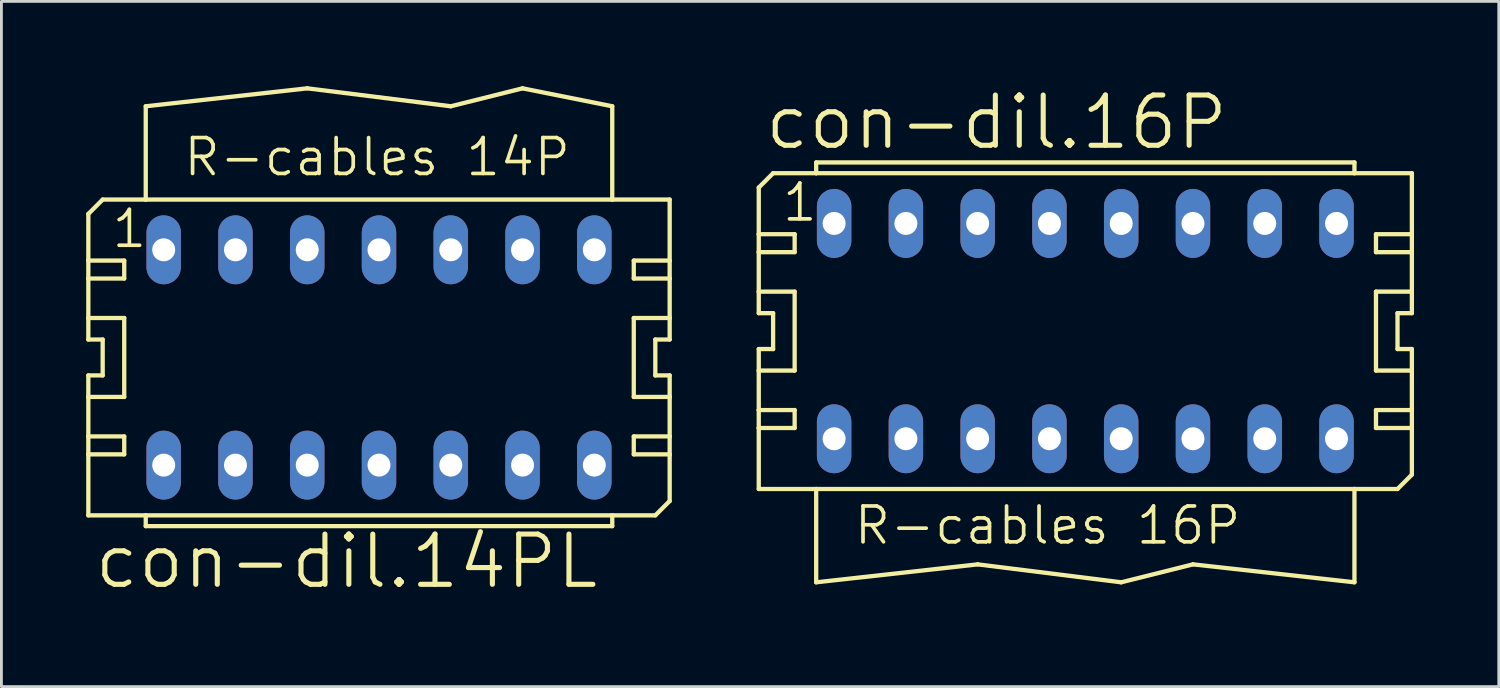
<source format=kicad_pcb>
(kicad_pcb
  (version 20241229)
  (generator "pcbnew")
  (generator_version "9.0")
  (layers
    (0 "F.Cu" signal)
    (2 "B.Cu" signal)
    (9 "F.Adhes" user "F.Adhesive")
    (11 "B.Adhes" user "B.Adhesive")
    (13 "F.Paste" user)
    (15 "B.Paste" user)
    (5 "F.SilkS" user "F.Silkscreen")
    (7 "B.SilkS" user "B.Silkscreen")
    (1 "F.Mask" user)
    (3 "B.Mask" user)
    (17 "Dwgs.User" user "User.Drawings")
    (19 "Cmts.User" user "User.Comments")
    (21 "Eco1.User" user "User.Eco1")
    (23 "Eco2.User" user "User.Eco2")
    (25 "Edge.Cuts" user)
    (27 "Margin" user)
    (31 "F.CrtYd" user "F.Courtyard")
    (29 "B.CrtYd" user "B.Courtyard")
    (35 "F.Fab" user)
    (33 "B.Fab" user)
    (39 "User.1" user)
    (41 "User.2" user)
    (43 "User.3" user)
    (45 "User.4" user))
  (footprint "con-dil.14PL"
    (layer "F.Cu")
    (at 10.363 9.601)
    (property "Reference" "con-dil.14PL" (at -10.16 8.255 0) (layer "F.SilkS") (effects (font (size 1.778 1.778) (thickness 0.18)) (justify left bottom)))
    (attr through_hole)
    (fp_line (start -10.287 -5.08) (end -10.287 -3.429) (stroke (width 0.152) (type default)) (layer "F.SilkS"))
    (fp_line (start -10.287 -3.429) (end -9.017 -3.429) (stroke (width 0.152) (type default)) (layer "F.SilkS"))
    (fp_line (start -10.287 -2.794) (end -10.287 -3.429) (stroke (width 0.152) (type default)) (layer "F.SilkS"))
    (fp_line (start -10.287 -2.794) (end -10.287 -1.397) (stroke (width 0.152) (type default)) (layer "F.SilkS"))
    (fp_line (start -10.287 -2.794) (end -9.017 -2.794) (stroke (width 0.152) (type default)) (layer "F.SilkS"))
    (fp_line (start -10.287 -1.397) (end -10.287 -0.635) (stroke (width 0.152) (type default)) (layer "F.SilkS"))
    (fp_line (start -10.287 -1.397) (end -9.017 -1.397) (stroke (width 0.152) (type default)) (layer "F.SilkS"))
    (fp_line (start -10.287 -0.635) (end -9.779 -0.635) (stroke (width 0.152) (type default)) (layer "F.SilkS"))
    (fp_line (start -10.287 0.635) (end -10.287 1.397) (stroke (width 0.152) (type default)) (layer "F.SilkS"))
    (fp_line (start -10.287 1.397) (end -10.287 2.794) (stroke (width 0.152) (type default)) (layer "F.SilkS"))
    (fp_line (start -10.287 2.794) (end -10.287 3.429) (stroke (width 0.152) (type default)) (layer "F.SilkS"))
    (fp_line (start -10.287 2.794) (end -9.017 2.794) (stroke (width 0.152) (type default)) (layer "F.SilkS"))
    (fp_line (start -10.287 3.429) (end -10.287 5.588) (stroke (width 0.152) (type default)) (layer "F.SilkS"))
    (fp_line (start -9.779 -5.588) (end -10.287 -5.08) (stroke (width 0.152) (type default)) (layer "F.SilkS"))
    (fp_line (start -9.779 -5.588) (end -8.255 -5.588) (stroke (width 0.152) (type default)) (layer "F.SilkS"))
    (fp_line (start -9.779 0.635) (end -10.287 0.635) (stroke (width 0.152) (type default)) (layer "F.SilkS"))
    (fp_line (start -9.779 0.635) (end -9.779 -0.635) (stroke (width 0.152) (type default)) (layer "F.SilkS"))
    (fp_line (start -9.017 -2.794) (end -9.017 -3.429) (stroke (width 0.152) (type default)) (layer "F.SilkS"))
    (fp_line (start -9.017 1.397) (end -10.287 1.397) (stroke (width 0.152) (type default)) (layer "F.SilkS"))
    (fp_line (start -9.017 1.397) (end -9.017 -1.397) (stroke (width 0.152) (type default)) (layer "F.SilkS"))
    (fp_line (start -9.017 3.429) (end -10.287 3.429) (stroke (width 0.152) (type default)) (layer "F.SilkS"))
    (fp_line (start -9.017 3.429) (end -9.017 2.794) (stroke (width 0.152) (type default)) (layer "F.SilkS"))
    (fp_line (start -8.255 -8.89) (end -8.255 -5.588) (stroke (width 0.152) (type default)) (layer "F.SilkS"))
    (fp_line (start -8.255 -8.89) (end -2.54 -9.525) (stroke (width 0.152) (type default)) (layer "F.SilkS"))
    (fp_line (start -8.255 -5.588) (end 8.255 -5.588) (stroke (width 0.152) (type default)) (layer "F.SilkS"))
    (fp_line (start -8.255 5.588) (end -10.287 5.588) (stroke (width 0.152) (type default)) (layer "F.SilkS"))
    (fp_line (start -8.255 5.969) (end -8.255 5.588) (stroke (width 0.152) (type default)) (layer "F.SilkS"))
    (fp_line (start -8.255 5.969) (end 8.255 5.969) (stroke (width 0.152) (type default)) (layer "F.SilkS"))
    (fp_line (start -2.54 -9.525) (end 2.54 -8.89) (stroke (width 0.152) (type default)) (layer "F.SilkS"))
    (fp_line (start 2.54 -8.89) (end 5.08 -9.525) (stroke (width 0.152) (type default)) (layer "F.SilkS"))
    (fp_line (start 5.08 -9.525) (end 8.255 -8.89) (stroke (width 0.152) (type default)) (layer "F.SilkS"))
    (fp_line (start 8.255 -5.588) (end 8.255 -8.89) (stroke (width 0.152) (type default)) (layer "F.SilkS"))
    (fp_line (start 8.255 -5.588) (end 10.287 -5.588) (stroke (width 0.152) (type default)) (layer "F.SilkS"))
    (fp_line (start 8.255 5.588) (end -8.255 5.588) (stroke (width 0.152) (type default)) (layer "F.SilkS"))
    (fp_line (start 8.255 5.588) (end 8.255 5.969) (stroke (width 0.152) (type default)) (layer "F.SilkS"))
    (fp_line (start 9.017 -3.429) (end 9.017 -2.794) (stroke (width 0.152) (type default)) (layer "F.SilkS"))
    (fp_line (start 9.017 -3.429) (end 10.287 -3.429) (stroke (width 0.152) (type default)) (layer "F.SilkS"))
    (fp_line (start 9.017 -1.397) (end 9.017 1.397) (stroke (width 0.152) (type default)) (layer "F.SilkS"))
    (fp_line (start 9.017 -1.397) (end 10.287 -1.397) (stroke (width 0.152) (type default)) (layer "F.SilkS"))
    (fp_line (start 9.017 2.794) (end 9.017 3.429) (stroke (width 0.152) (type default)) (layer "F.SilkS"))
    (fp_line (start 9.017 2.794) (end 10.287 2.794) (stroke (width 0.152) (type default)) (layer "F.SilkS"))
    (fp_line (start 9.779 -0.635) (end 9.779 0.635) (stroke (width 0.152) (type default)) (layer "F.SilkS"))
    (fp_line (start 9.779 -0.635) (end 10.287 -0.635) (stroke (width 0.152) (type default)) (layer "F.SilkS"))
    (fp_line (start 9.779 5.588) (end 8.255 5.588) (stroke (width 0.152) (type default)) (layer "F.SilkS"))
    (fp_line (start 10.287 -5.588) (end 10.287 -3.429) (stroke (width 0.152) (type default)) (layer "F.SilkS"))
    (fp_line (start 10.287 -3.429) (end 10.287 -2.794) (stroke (width 0.152) (type default)) (layer "F.SilkS"))
    (fp_line (start 10.287 -2.794) (end 9.017 -2.794) (stroke (width 0.152) (type default)) (layer "F.SilkS"))
    (fp_line (start 10.287 -2.794) (end 10.287 -1.397) (stroke (width 0.152) (type default)) (layer "F.SilkS"))
    (fp_line (start 10.287 -1.397) (end 10.287 -0.635) (stroke (width 0.152) (type default)) (layer "F.SilkS"))
    (fp_line (start 10.287 0.635) (end 9.779 0.635) (stroke (width 0.152) (type default)) (layer "F.SilkS"))
    (fp_line (start 10.287 0.635) (end 10.287 1.397) (stroke (width 0.152) (type default)) (layer "F.SilkS"))
    (fp_line (start 10.287 1.397) (end 9.017 1.397) (stroke (width 0.152) (type default)) (layer "F.SilkS"))
    (fp_line (start 10.287 1.397) (end 10.287 2.794) (stroke (width 0.152) (type default)) (layer "F.SilkS"))
    (fp_line (start 10.287 2.794) (end 10.287 3.429) (stroke (width 0.152) (type default)) (layer "F.SilkS"))
    (fp_line (start 10.287 3.429) (end 9.017 3.429) (stroke (width 0.152) (type default)) (layer "F.SilkS"))
    (fp_line (start 10.287 3.429) (end 10.287 5.08) (stroke (width 0.152) (type default)) (layer "F.SilkS"))
    (fp_line (start 10.287 5.08) (end 9.779 5.588) (stroke (width 0.152) (type default)) (layer "F.SilkS"))
    (fp_text user "R-cables 14P" (at -6.985 -6.35 0) (layer "F.SilkS") (effects (font (size 1.27 1.27) (thickness 0.13)) (justify left bottom)))
    (fp_text user "1" (at -9.525 -3.81 0) (layer "F.SilkS") (effects (font (size 1.27 1.27) (thickness 0.13)) (justify left bottom)))
    (pad "1" thru_hole oval (at -7.62 -3.81 90) (size 2.438 1.219) (drill 0.813) (layers "*.Cu" "*.Mask"))
    (pad "2" thru_hole oval (at -7.62 3.81 90) (size 2.438 1.219) (drill 0.813) (layers "*.Cu" "*.Mask"))
    (pad "3" thru_hole oval (at -5.08 -3.81 90) (size 2.438 1.219) (drill 0.813) (layers "*.Cu" "*.Mask"))
    (pad "4" thru_hole oval (at -5.08 3.81 90) (size 2.438 1.219) (drill 0.813) (layers "*.Cu" "*.Mask"))
    (pad "5" thru_hole oval (at -2.54 -3.81 90) (size 2.438 1.219) (drill 0.813) (layers "*.Cu" "*.Mask"))
    (pad "6" thru_hole oval (at -2.54 3.81 90) (size 2.438 1.219) (drill 0.813) (layers "*.Cu" "*.Mask"))
    (pad "7" thru_hole oval (at 0 -3.81 90) (size 2.438 1.219) (drill 0.813) (layers "*.Cu" "*.Mask"))
    (pad "8" thru_hole oval (at 0 3.81 90) (size 2.438 1.219) (drill 0.813) (layers "*.Cu" "*.Mask"))
    (pad "9" thru_hole oval (at 2.54 -3.81 90) (size 2.438 1.219) (drill 0.813) (layers "*.Cu" "*.Mask"))
    (pad "10" thru_hole oval (at 2.54 3.81 90) (size 2.438 1.219) (drill 0.813) (layers "*.Cu" "*.Mask"))
    (pad "11" thru_hole oval (at 5.08 -3.81 90) (size 2.438 1.219) (drill 0.813) (layers "*.Cu" "*.Mask"))
    (pad "12" thru_hole oval (at 5.08 3.81 90) (size 2.438 1.219) (drill 0.813) (layers "*.Cu" "*.Mask"))
    (pad "13" thru_hole oval (at 7.62 -3.81 90) (size 2.438 1.219) (drill 0.813) (layers "*.Cu" "*.Mask"))
    (pad "14" thru_hole oval (at 7.62 3.81 90) (size 2.438 1.219) (drill 0.813) (layers "*.Cu" "*.Mask")))
  (footprint "con-dil.16P"
    (layer "F.Cu")
    (at 35.36 8.668)
    (property "Reference" "con-dil.16P" (at -11.43 -6.35 0) (layer "F.SilkS") (effects (font (size 1.778 1.778) (thickness 0.18)) (justify left bottom)))
    (attr through_hole)
    (fp_line (start -11.557 -5.08) (end -11.557 -3.429) (stroke (width 0.152) (type default)) (layer "F.SilkS"))
    (fp_line (start -11.557 -3.429) (end -10.287 -3.429) (stroke (width 0.152) (type default)) (layer "F.SilkS"))
    (fp_line (start -11.557 -2.794) (end -11.557 -3.429) (stroke (width 0.152) (type default)) (layer "F.SilkS"))
    (fp_line (start -11.557 -2.794) (end -11.557 -1.397) (stroke (width 0.152) (type default)) (layer "F.SilkS"))
    (fp_line (start -11.557 -2.794) (end -10.287 -2.794) (stroke (width 0.152) (type default)) (layer "F.SilkS"))
    (fp_line (start -11.557 -1.397) (end -11.557 -0.635) (stroke (width 0.152) (type default)) (layer "F.SilkS"))
    (fp_line (start -11.557 -1.397) (end -10.287 -1.397) (stroke (width 0.152) (type default)) (layer "F.SilkS"))
    (fp_line (start -11.557 -0.635) (end -11.049 -0.635) (stroke (width 0.152) (type default)) (layer "F.SilkS"))
    (fp_line (start -11.557 0.635) (end -11.557 1.397) (stroke (width 0.152) (type default)) (layer "F.SilkS"))
    (fp_line (start -11.557 1.397) (end -11.557 2.794) (stroke (width 0.152) (type default)) (layer "F.SilkS"))
    (fp_line (start -11.557 2.794) (end -11.557 3.429) (stroke (width 0.152) (type default)) (layer "F.SilkS"))
    (fp_line (start -11.557 2.794) (end -10.287 2.794) (stroke (width 0.152) (type default)) (layer "F.SilkS"))
    (fp_line (start -11.557 3.429) (end -11.557 5.588) (stroke (width 0.152) (type default)) (layer "F.SilkS"))
    (fp_line (start -11.049 -5.588) (end -11.557 -5.08) (stroke (width 0.152) (type default)) (layer "F.SilkS"))
    (fp_line (start -11.049 -5.588) (end -9.525 -5.588) (stroke (width 0.152) (type default)) (layer "F.SilkS"))
    (fp_line (start -11.049 0.635) (end -11.557 0.635) (stroke (width 0.152) (type default)) (layer "F.SilkS"))
    (fp_line (start -11.049 0.635) (end -11.049 -0.635) (stroke (width 0.152) (type default)) (layer "F.SilkS"))
    (fp_line (start -10.287 -2.794) (end -10.287 -3.429) (stroke (width 0.152) (type default)) (layer "F.SilkS"))
    (fp_line (start -10.287 1.397) (end -11.557 1.397) (stroke (width 0.152) (type default)) (layer "F.SilkS"))
    (fp_line (start -10.287 1.397) (end -10.287 -1.397) (stroke (width 0.152) (type default)) (layer "F.SilkS"))
    (fp_line (start -10.287 3.429) (end -11.557 3.429) (stroke (width 0.152) (type default)) (layer "F.SilkS"))
    (fp_line (start -10.287 3.429) (end -10.287 2.794) (stroke (width 0.152) (type default)) (layer "F.SilkS"))
    (fp_line (start -9.525 -5.969) (end 9.525 -5.969) (stroke (width 0.152) (type default)) (layer "F.SilkS"))
    (fp_line (start -9.525 -5.588) (end -9.525 -5.969) (stroke (width 0.152) (type default)) (layer "F.SilkS"))
    (fp_line (start -9.525 -5.588) (end 9.525 -5.588) (stroke (width 0.152) (type default)) (layer "F.SilkS"))
    (fp_line (start -9.525 5.588) (end -11.557 5.588) (stroke (width 0.152) (type default)) (layer "F.SilkS"))
    (fp_line (start -9.525 5.588) (end -9.525 8.89) (stroke (width 0.152) (type default)) (layer "F.SilkS"))
    (fp_line (start -9.525 8.89) (end -3.81 8.255) (stroke (width 0.152) (type default)) (layer "F.SilkS"))
    (fp_line (start -3.81 8.255) (end 1.27 8.89) (stroke (width 0.152) (type default)) (layer "F.SilkS"))
    (fp_line (start 1.27 8.89) (end 3.81 8.255) (stroke (width 0.152) (type default)) (layer "F.SilkS"))
    (fp_line (start 3.81 8.255) (end 9.525 8.89) (stroke (width 0.152) (type default)) (layer "F.SilkS"))
    (fp_line (start 9.525 -5.969) (end 9.525 -5.588) (stroke (width 0.152) (type default)) (layer "F.SilkS"))
    (fp_line (start 9.525 -5.588) (end 11.557 -5.588) (stroke (width 0.152) (type default)) (layer "F.SilkS"))
    (fp_line (start 9.525 5.588) (end -9.525 5.588) (stroke (width 0.152) (type default)) (layer "F.SilkS"))
    (fp_line (start 9.525 8.89) (end 9.525 5.588) (stroke (width 0.152) (type default)) (layer "F.SilkS"))
    (fp_line (start 10.287 -3.429) (end 10.287 -2.794) (stroke (width 0.152) (type default)) (layer "F.SilkS"))
    (fp_line (start 10.287 -3.429) (end 11.557 -3.429) (stroke (width 0.152) (type default)) (layer "F.SilkS"))
    (fp_line (start 10.287 -1.397) (end 10.287 1.397) (stroke (width 0.152) (type default)) (layer "F.SilkS"))
    (fp_line (start 10.287 -1.397) (end 11.557 -1.397) (stroke (width 0.152) (type default)) (layer "F.SilkS"))
    (fp_line (start 10.287 2.794) (end 10.287 3.429) (stroke (width 0.152) (type default)) (layer "F.SilkS"))
    (fp_line (start 10.287 2.794) (end 11.557 2.794) (stroke (width 0.152) (type default)) (layer "F.SilkS"))
    (fp_line (start 11.049 -0.635) (end 11.049 0.635) (stroke (width 0.152) (type default)) (layer "F.SilkS"))
    (fp_line (start 11.049 -0.635) (end 11.557 -0.635) (stroke (width 0.152) (type default)) (layer "F.SilkS"))
    (fp_line (start 11.049 5.588) (end 9.525 5.588) (stroke (width 0.152) (type default)) (layer "F.SilkS"))
    (fp_line (start 11.557 -5.588) (end 11.557 -3.429) (stroke (width 0.152) (type default)) (layer "F.SilkS"))
    (fp_line (start 11.557 -3.429) (end 11.557 -2.794) (stroke (width 0.152) (type default)) (layer "F.SilkS"))
    (fp_line (start 11.557 -2.794) (end 10.287 -2.794) (stroke (width 0.152) (type default)) (layer "F.SilkS"))
    (fp_line (start 11.557 -2.794) (end 11.557 -1.397) (stroke (width 0.152) (type default)) (layer "F.SilkS"))
    (fp_line (start 11.557 -1.397) (end 11.557 -0.635) (stroke (width 0.152) (type default)) (layer "F.SilkS"))
    (fp_line (start 11.557 0.635) (end 11.049 0.635) (stroke (width 0.152) (type default)) (layer "F.SilkS"))
    (fp_line (start 11.557 0.635) (end 11.557 1.397) (stroke (width 0.152) (type default)) (layer "F.SilkS"))
    (fp_line (start 11.557 1.397) (end 10.287 1.397) (stroke (width 0.152) (type default)) (layer "F.SilkS"))
    (fp_line (start 11.557 1.397) (end 11.557 2.794) (stroke (width 0.152) (type default)) (layer "F.SilkS"))
    (fp_line (start 11.557 2.794) (end 11.557 3.429) (stroke (width 0.152) (type default)) (layer "F.SilkS"))
    (fp_line (start 11.557 3.429) (end 10.287 3.429) (stroke (width 0.152) (type default)) (layer "F.SilkS"))
    (fp_line (start 11.557 3.429) (end 11.557 5.08) (stroke (width 0.152) (type default)) (layer "F.SilkS"))
    (fp_line (start 11.557 5.08) (end 11.049 5.588) (stroke (width 0.152) (type default)) (layer "F.SilkS"))
    (fp_text user "R-cables 16P" (at -8.255 7.62 0) (layer "F.SilkS") (effects (font (size 1.27 1.27) (thickness 0.13)) (justify left bottom)))
    (fp_text user "1" (at -10.795 -3.81 0) (layer "F.SilkS") (effects (font (size 1.27 1.27) (thickness 0.13)) (justify left bottom)))
    (pad "1" thru_hole oval (at -8.89 -3.81 90) (size 2.438 1.219) (drill 0.813) (layers "*.Cu" "*.Mask"))
    (pad "2" thru_hole oval (at -8.89 3.81 90) (size 2.438 1.219) (drill 0.813) (layers "*.Cu" "*.Mask"))
    (pad "3" thru_hole oval (at -6.35 -3.81 90) (size 2.438 1.219) (drill 0.813) (layers "*.Cu" "*.Mask"))
    (pad "4" thru_hole oval (at -6.35 3.81 90) (size 2.438 1.219) (drill 0.813) (layers "*.Cu" "*.Mask"))
    (pad "5" thru_hole oval (at -3.81 -3.81 90) (size 2.438 1.219) (drill 0.813) (layers "*.Cu" "*.Mask"))
    (pad "6" thru_hole oval (at -3.81 3.81 90) (size 2.438 1.219) (drill 0.813) (layers "*.Cu" "*.Mask"))
    (pad "7" thru_hole oval (at -1.27 -3.81 90) (size 2.438 1.219) (drill 0.813) (layers "*.Cu" "*.Mask"))
    (pad "8" thru_hole oval (at -1.27 3.81 90) (size 2.438 1.219) (drill 0.813) (layers "*.Cu" "*.Mask"))
    (pad "9" thru_hole oval (at 1.27 -3.81 90) (size 2.438 1.219) (drill 0.813) (layers "*.Cu" "*.Mask"))
    (pad "10" thru_hole oval (at 1.27 3.81 90) (size 2.438 1.219) (drill 0.813) (layers "*.Cu" "*.Mask"))
    (pad "11" thru_hole oval (at 3.81 -3.81 90) (size 2.438 1.219) (drill 0.813) (layers "*.Cu" "*.Mask"))
    (pad "12" thru_hole oval (at 3.81 3.81 90) (size 2.438 1.219) (drill 0.813) (layers "*.Cu" "*.Mask"))
    (pad "13" thru_hole oval (at 6.35 -3.81 90) (size 2.438 1.219) (drill 0.813) (layers "*.Cu" "*.Mask"))
    (pad "14" thru_hole oval (at 6.35 3.81 90) (size 2.438 1.219) (drill 0.813) (layers "*.Cu" "*.Mask"))
    (pad "15" thru_hole oval (at 8.89 -3.81 90) (size 2.438 1.219) (drill 0.813) (layers "*.Cu" "*.Mask"))
    (pad "16" thru_hole oval (at 8.89 3.81 90) (size 2.438 1.219) (drill 0.813) (layers "*.Cu" "*.Mask")))
  (gr_rect
    (start -3 -3)
    (end 49.993 21.25)
    (stroke (width 0.1) (type default))
    (fill no)
    (layer "Edge.Cuts")))
</source>
